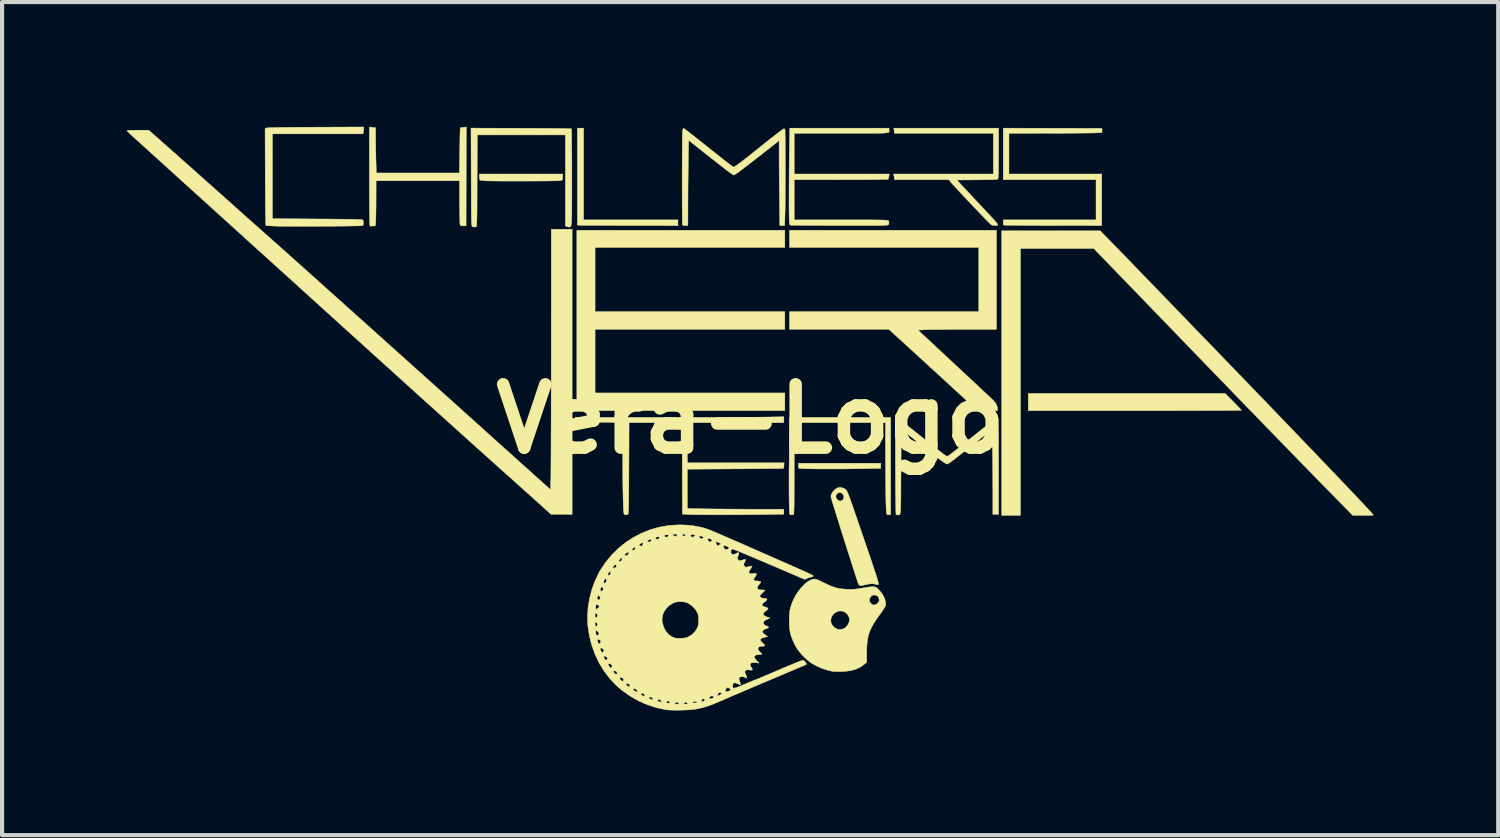
<source format=kicad_pcb>
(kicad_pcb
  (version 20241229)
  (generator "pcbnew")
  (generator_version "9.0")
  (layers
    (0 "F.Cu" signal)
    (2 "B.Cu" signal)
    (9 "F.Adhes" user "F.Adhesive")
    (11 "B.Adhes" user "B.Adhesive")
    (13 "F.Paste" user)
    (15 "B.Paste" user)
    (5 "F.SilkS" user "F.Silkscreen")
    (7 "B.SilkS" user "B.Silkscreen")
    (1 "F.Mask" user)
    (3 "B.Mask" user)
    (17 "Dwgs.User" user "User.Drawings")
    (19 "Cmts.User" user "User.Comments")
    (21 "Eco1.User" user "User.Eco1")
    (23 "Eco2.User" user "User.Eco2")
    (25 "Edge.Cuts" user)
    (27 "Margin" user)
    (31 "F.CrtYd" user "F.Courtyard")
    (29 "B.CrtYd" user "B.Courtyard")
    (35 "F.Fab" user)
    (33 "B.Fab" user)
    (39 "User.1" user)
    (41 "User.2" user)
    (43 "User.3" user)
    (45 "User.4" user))
  (footprint "Vera-Logo"
    (layer "F.Cu")
    (at 15.007 7.032)
    (property "Reference" "Vera-Logo" (at 0 0 0) (layer "F.SilkS") (effects (font (size 1.524 1.524) (thickness 0.3))))
    (attr through_hole)
    (fp_poly (pts (xy 0.828 -4.127) (xy -3.738 -4.127) (xy -3.738 -2.584) (xy 0.828 -2.584) (xy 0.828 -2.157) (xy -3.738 -2.157) (xy -3.738 -0.627) (xy 0.828 -0.627) (xy 0.828 -0.201) (xy -4.177 -0.201) (xy -4.177 -4.541) (xy 0.828 -4.541) (xy 0.828 -4.127)) (stroke (width 0.01) (type solid)) (fill yes) (layer "F.SilkS"))
    (fp_poly (pts (xy 3.136 1.188) (xy 2.675 1.196) (xy 2.546 1.198) (xy 2.41 1.199) (xy 2.27 1.201) (xy 2.128 1.201) (xy 1.987 1.202) (xy 1.85 1.202) (xy 1.719 1.201) (xy 1.598 1.201) (xy 1.49 1.2) (xy 1.396 1.198) (xy 1.32 1.196) (xy 1.265 1.194) (xy 1.242 1.193) (xy 1.16 1.185) (xy 1.153 1.066) (xy 3.136 1.066) (xy 3.136 1.188)) (stroke (width 0.01) (type solid)) (fill yes) (layer "F.SilkS"))
    (fp_poly (pts (xy -4.014 -4.792) (xy -1.744 -4.792) (xy -1.744 -4.654) (xy -2.913 -4.656) (xy -3.083 -4.656) (xy -3.247 -4.656) (xy -3.402 -4.657) (xy -3.547 -4.657) (xy -3.679 -4.658) (xy -3.798 -4.659) (xy -3.902 -4.659) (xy -3.988 -4.66) (xy -4.054 -4.661) (xy -4.1 -4.662) (xy -4.122 -4.662) (xy -4.124 -4.663) (xy -4.164 -4.668) (xy -4.164 -6.999) (xy -4.014 -6.999) (xy -4.014 -4.792)) (stroke (width 0.01) (type solid)) (fill yes) (layer "F.SilkS"))
    (fp_poly (pts (xy 11.619 -0.416) (xy 11.676 -0.358) (xy 11.726 -0.306) (xy 11.768 -0.263) (xy 11.798 -0.231) (xy 11.814 -0.212) (xy 11.816 -0.209) (xy 11.803 -0.208) (xy 11.767 -0.208) (xy 11.708 -0.207) (xy 11.628 -0.206) (xy 11.527 -0.205) (xy 11.406 -0.205) (xy 11.268 -0.204) (xy 11.113 -0.203) (xy 10.942 -0.203) (xy 10.757 -0.202) (xy 10.558 -0.202) (xy 10.348 -0.202) (xy 10.126 -0.201) (xy 9.894 -0.201) (xy 9.654 -0.201) (xy 9.406 -0.201) (xy 9.251 -0.201) (xy 6.686 -0.201) (xy 6.686 -0.615) (xy 11.422 -0.615) (xy 11.619 -0.416)) (stroke (width 0.01) (type solid)) (fill yes) (layer "F.SilkS"))
    (fp_poly (pts (xy -4.516 -5.827) (xy -4.517 -5.785) (xy -4.524 -5.761) (xy -4.538 -5.746) (xy -4.544 -5.743) (xy -4.556 -5.739) (xy -4.579 -5.736) (xy -4.616 -5.734) (xy -4.667 -5.732) (xy -4.735 -5.73) (xy -4.82 -5.729) (xy -4.925 -5.727) (xy -5.049 -5.726) (xy -5.196 -5.726) (xy -5.366 -5.725) (xy -5.4 -5.725) (xy -5.546 -5.725) (xy -5.688 -5.725) (xy -5.823 -5.725) (xy -5.949 -5.725) (xy -6.063 -5.726) (xy -6.163 -5.727) (xy -6.246 -5.728) (xy -6.31 -5.729) (xy -6.352 -5.73) (xy -6.359 -5.731) (xy -6.416 -5.735) (xy -6.463 -5.74) (xy -6.496 -5.745) (xy -6.507 -5.749) (xy -6.516 -5.767) (xy -6.522 -5.805) (xy -6.522 -5.827) (xy -6.522 -5.895) (xy -4.516 -5.895) (xy -4.516 -5.827)) (stroke (width 0.01) (type solid)) (fill yes) (layer "F.SilkS"))
    (fp_poly (pts (xy 7.272 -6.996) (xy 8.46 -6.993) (xy 8.46 -6.892) (xy 8.316 -6.885) (xy 8.28 -6.883) (xy 8.222 -6.882) (xy 8.143 -6.881) (xy 8.045 -6.88) (xy 7.932 -6.879) (xy 7.806 -6.878) (xy 7.668 -6.877) (xy 7.521 -6.876) (xy 7.367 -6.876) (xy 7.209 -6.875) (xy 7.197 -6.875) (xy 6.221 -6.874) (xy 6.221 -5.895) (xy 8.454 -5.895) (xy 8.454 -4.654) (xy 7.31 -4.656) (xy 7.141 -4.656) (xy 6.98 -4.656) (xy 6.827 -4.657) (xy 6.684 -4.657) (xy 6.553 -4.658) (xy 6.436 -4.659) (xy 6.335 -4.66) (xy 6.251 -4.66) (xy 6.187 -4.661) (xy 6.144 -4.662) (xy 6.125 -4.663) (xy 6.124 -4.663) (xy 6.1 -4.667) (xy 6.088 -4.677) (xy 6.084 -4.7) (xy 6.083 -4.73) (xy 6.083 -4.792) (xy 8.316 -4.792) (xy 8.316 -5.757) (xy 6.083 -5.757) (xy 6.083 -6.999) (xy 7.272 -6.996)) (stroke (width 0.01) (type solid)) (fill yes) (layer "F.SilkS"))
    (fp_poly (pts (xy -1.781 0.088) (xy -2.92 0.088) (xy -2.924 1.186) (xy -2.925 1.379) (xy -2.926 1.549) (xy -2.927 1.697) (xy -2.928 1.825) (xy -2.929 1.933) (xy -2.93 2.024) (xy -2.932 2.098) (xy -2.933 2.158) (xy -2.935 2.205) (xy -2.937 2.24) (xy -2.939 2.266) (xy -2.942 2.282) (xy -2.945 2.292) (xy -2.948 2.296) (xy -2.984 2.307) (xy -3.021 2.302) (xy -3.039 2.29) (xy -3.045 2.271) (xy -3.05 2.228) (xy -3.055 2.159) (xy -3.06 2.065) (xy -3.063 1.947) (xy -3.066 1.803) (xy -3.069 1.635) (xy -3.071 1.441) (xy -3.072 1.223) (xy -3.073 0.979) (xy -3.073 0.795) (xy -3.073 0.092) (xy -3.252 0.084) (xy -3.311 0.081) (xy -3.391 0.079) (xy -3.485 0.078) (xy -3.589 0.077) (xy -3.698 0.076) (xy -3.806 0.075) (xy -3.823 0.075) (xy -4.215 0.075) (xy -4.215 -0.038) (xy -1.781 -0.038) (xy -1.781 0.088)) (stroke (width 0.01) (type solid)) (fill yes) (layer "F.SilkS"))
    (fp_poly (pts (xy 3.374 2.295) (xy 3.341 2.303) (xy 3.32 2.308) (xy 3.303 2.308) (xy 3.291 2.302) (xy 3.281 2.287) (xy 3.274 2.26) (xy 3.269 2.218) (xy 3.266 2.16) (xy 3.263 2.082) (xy 3.26 1.982) (xy 3.26 1.955) (xy 3.258 1.88) (xy 3.257 1.784) (xy 3.255 1.669) (xy 3.254 1.54) (xy 3.253 1.4) (xy 3.252 1.253) (xy 3.251 1.103) (xy 3.251 0.952) (xy 3.25 0.856) (xy 3.249 0.088) (xy 1.054 0.088) (xy 1.054 1.19) (xy 1.054 1.383) (xy 1.053 1.552) (xy 1.053 1.699) (xy 1.053 1.826) (xy 1.052 1.933) (xy 1.052 2.024) (xy 1.051 2.098) (xy 1.05 2.158) (xy 1.048 2.204) (xy 1.046 2.24) (xy 1.044 2.266) (xy 1.042 2.283) (xy 1.039 2.294) (xy 1.036 2.299) (xy 1.034 2.3) (xy 0.998 2.308) (xy 0.965 2.304) (xy 0.945 2.292) (xy 0.941 2.274) (xy 0.938 2.232) (xy 0.935 2.168) (xy 0.933 2.083) (xy 0.931 1.979) (xy 0.93 1.857) (xy 0.929 1.718) (xy 0.929 1.564) (xy 0.929 1.396) (xy 0.93 1.217) (xy 0.932 1.026) (xy 0.934 0.826) (xy 0.935 0.743) (xy 0.944 -0.038) (xy 3.374 -0.038) (xy 3.374 2.295)) (stroke (width 0.01) (type solid)) (fill yes) (layer "F.SilkS"))
    (fp_poly (pts (xy 0.803 0.088) (xy -1.518 0.088) (xy -1.518 1.054) (xy 0.812 1.054) (xy 0.806 1.119) (xy 0.802 1.157) (xy 0.798 1.182) (xy 0.797 1.189) (xy 0.784 1.189) (xy 0.748 1.19) (xy 0.691 1.191) (xy 0.613 1.192) (xy 0.518 1.193) (xy 0.406 1.194) (xy 0.28 1.195) (xy 0.14 1.196) (xy -0.01 1.198) (xy -0.169 1.199) (xy -0.336 1.2) (xy -0.362 1.2) (xy -1.518 1.208) (xy -1.518 2.153) (xy -1.083 2.162) (xy -0.984 2.163) (xy -0.864 2.165) (xy -0.728 2.166) (xy -0.58 2.167) (xy -0.425 2.168) (xy -0.266 2.169) (xy -0.108 2.17) (xy 0.044 2.17) (xy 0.077 2.17) (xy 0.803 2.17) (xy 0.803 2.291) (xy 0.217 2.3) (xy 0.067 2.302) (xy -0.089 2.303) (xy -0.25 2.304) (xy -0.412 2.305) (xy -0.573 2.305) (xy -0.73 2.306) (xy -0.881 2.305) (xy -1.023 2.305) (xy -1.153 2.304) (xy -1.27 2.303) (xy -1.37 2.301) (xy -1.45 2.299) (xy -1.51 2.297) (xy -1.524 2.296) (xy -1.637 2.289) (xy -1.643 -0.038) (xy -0.874 -0.038) (xy -0.72 -0.038) (xy -0.559 -0.038) (xy -0.396 -0.039) (xy -0.235 -0.04) (xy -0.081 -0.041) (xy 0.063 -0.042) (xy 0.193 -0.044) (xy 0.304 -0.045) (xy 0.349 -0.046) (xy 0.803 -0.054) (xy 0.803 0.088)) (stroke (width 0.01) (type solid)) (fill yes) (layer "F.SilkS"))
    (fp_poly (pts (xy -9.122 -7.02) (xy -9.083 -7.014) (xy -9.049 -7.012) (xy -9.047 -7.012) (xy -9.019 -7.012) (xy -9.019 -6.769) (xy -9.018 -6.681) (xy -9.017 -6.575) (xy -9.015 -6.462) (xy -9.013 -6.347) (xy -9.011 -6.241) (xy -9.01 -6.223) (xy -9.002 -5.92) (xy -7.003 -5.92) (xy -6.995 -6.462) (xy -6.993 -6.576) (xy -6.991 -6.682) (xy -6.99 -6.777) (xy -6.988 -6.859) (xy -6.986 -6.925) (xy -6.985 -6.973) (xy -6.984 -7.001) (xy -6.984 -7.006) (xy -6.97 -7.009) (xy -6.94 -7.013) (xy -6.908 -7.017) (xy -6.836 -7.026) (xy -6.839 -5.837) (xy -6.842 -4.647) (xy -6.911 -4.647) (xy -6.951 -4.648) (xy -6.972 -4.653) (xy -6.983 -4.665) (xy -6.988 -4.685) (xy -6.99 -4.705) (xy -6.992 -4.748) (xy -6.993 -4.81) (xy -6.995 -4.888) (xy -6.996 -4.98) (xy -6.997 -5.082) (xy -6.998 -5.192) (xy -6.998 -5.227) (xy -6.999 -5.732) (xy -9.006 -5.732) (xy -9.008 -5.284) (xy -9.008 -5.176) (xy -9.009 -5.071) (xy -9.011 -4.974) (xy -9.012 -4.889) (xy -9.014 -4.819) (xy -9.016 -4.767) (xy -9.017 -4.741) (xy -9.025 -4.647) (xy -9.089 -4.644) (xy -9.153 -4.64) (xy -9.161 -4.706) (xy -9.162 -4.728) (xy -9.163 -4.774) (xy -9.164 -4.841) (xy -9.165 -4.927) (xy -9.166 -5.03) (xy -9.167 -5.149) (xy -9.168 -5.282) (xy -9.168 -5.426) (xy -9.169 -5.58) (xy -9.169 -5.742) (xy -9.169 -5.9) (xy -9.169 -7.027) (xy -9.122 -7.02)) (stroke (width 0.01) (type solid)) (fill yes) (layer "F.SilkS"))
    (fp_poly (pts (xy 5.971 -6.399) (xy 5.97 -6.253) (xy 5.97 -6.13) (xy 5.969 -6.028) (xy 5.968 -5.946) (xy 5.966 -5.883) (xy 5.964 -5.836) (xy 5.961 -5.804) (xy 5.958 -5.785) (xy 5.955 -5.779) (xy 5.949 -5.773) (xy 5.939 -5.769) (xy 5.921 -5.765) (xy 5.895 -5.762) (xy 5.856 -5.76) (xy 5.804 -5.758) (xy 5.735 -5.757) (xy 5.648 -5.756) (xy 5.539 -5.755) (xy 5.452 -5.754) (xy 4.966 -5.751) (xy 5.276 -5.419) (xy 5.357 -5.331) (xy 5.443 -5.24) (xy 5.528 -5.149) (xy 5.61 -5.062) (xy 5.684 -4.983) (xy 5.747 -4.917) (xy 5.773 -4.889) (xy 5.844 -4.812) (xy 5.898 -4.752) (xy 5.934 -4.708) (xy 5.952 -4.681) (xy 5.953 -4.672) (xy 5.937 -4.66) (xy 5.904 -4.654) (xy 5.863 -4.655) (xy 5.822 -4.663) (xy 5.791 -4.676) (xy 5.777 -4.688) (xy 5.748 -4.717) (xy 5.705 -4.76) (xy 5.651 -4.816) (xy 5.588 -4.881) (xy 5.517 -4.954) (xy 5.442 -5.034) (xy 5.363 -5.117) (xy 5.282 -5.202) (xy 5.202 -5.287) (xy 5.124 -5.369) (xy 5.051 -5.447) (xy 4.985 -5.519) (xy 4.927 -5.582) (xy 4.879 -5.634) (xy 4.843 -5.674) (xy 4.834 -5.685) (xy 4.773 -5.757) (xy 4.117 -5.757) (xy 3.462 -5.757) (xy 3.462 -5.787) (xy 3.459 -5.822) (xy 3.454 -5.856) (xy 3.446 -5.895) (xy 5.845 -5.895) (xy 5.845 -6.874) (xy 3.462 -6.874) (xy 3.462 -6.908) (xy 3.459 -6.946) (xy 3.454 -6.971) (xy 3.446 -6.999) (xy 5.971 -6.999) (xy 5.971 -6.399)) (stroke (width 0.01) (type solid)) (fill yes) (layer "F.SilkS"))
    (fp_poly (pts (xy 5.92 -2.157) (xy 5.146 -2.156) (xy 5.003 -2.156) (xy 4.863 -2.155) (xy 4.729 -2.154) (xy 4.603 -2.153) (xy 4.488 -2.152) (xy 4.388 -2.151) (xy 4.305 -2.149) (xy 4.241 -2.148) (xy 4.203 -2.147) (xy 4.034 -2.139) (xy 4.573 -1.636) (xy 4.75 -1.471) (xy 4.911 -1.321) (xy 5.054 -1.187) (xy 5.182 -1.068) (xy 5.296 -0.962) (xy 5.396 -0.869) (xy 5.483 -0.788) (xy 5.558 -0.717) (xy 5.622 -0.657) (xy 5.676 -0.606) (xy 5.722 -0.564) (xy 5.759 -0.529) (xy 5.789 -0.501) (xy 5.812 -0.478) (xy 5.831 -0.46) (xy 5.845 -0.447) (xy 5.855 -0.436) (xy 5.863 -0.428) (xy 5.866 -0.425) (xy 5.912 -0.363) (xy 5.939 -0.296) (xy 5.945 -0.245) (xy 5.945 -0.201) (xy 5.797 -0.201) (xy 5.732 -0.2) (xy 5.671 -0.199) (xy 5.621 -0.197) (xy 5.593 -0.195) (xy 5.549 -0.194) (xy 5.508 -0.199) (xy 5.5 -0.201) (xy 5.488 -0.206) (xy 5.475 -0.212) (xy 5.458 -0.223) (xy 5.437 -0.239) (xy 5.41 -0.26) (xy 5.375 -0.29) (xy 5.331 -0.328) (xy 5.277 -0.376) (xy 5.212 -0.436) (xy 5.133 -0.508) (xy 5.039 -0.594) (xy 4.929 -0.695) (xy 4.867 -0.752) (xy 4.767 -0.844) (xy 4.653 -0.949) (xy 4.528 -1.064) (xy 4.396 -1.184) (xy 4.262 -1.307) (xy 4.129 -1.429) (xy 4.002 -1.546) (xy 3.883 -1.654) (xy 3.877 -1.66) (xy 3.333 -2.157) (xy 0.941 -2.157) (xy 0.941 -2.584) (xy 5.494 -2.584) (xy 5.494 -4.127) (xy 0.941 -4.127) (xy 0.941 -4.541) (xy 5.92 -4.541) (xy 5.92 -2.157)) (stroke (width 0.01) (type solid)) (fill yes) (layer "F.SilkS"))
    (fp_poly (pts (xy 8.665 -4.274) (xy 8.732 -4.206) (xy 8.81 -4.125) (xy 8.9 -4.032) (xy 9.003 -3.927) (xy 9.118 -3.808) (xy 9.247 -3.675) (xy 9.388 -3.529) (xy 9.544 -3.368) (xy 9.714 -3.193) (xy 9.898 -3.002) (xy 10.098 -2.795) (xy 10.313 -2.572) (xy 10.544 -2.333) (xy 10.791 -2.077) (xy 11.055 -1.804) (xy 11.302 -1.549) (xy 11.602 -1.238) (xy 11.891 -0.938) (xy 12.17 -0.649) (xy 12.438 -0.371) (xy 12.694 -0.104) (xy 12.939 0.15) (xy 13.172 0.393) (xy 13.392 0.622) (xy 13.6 0.839) (xy 13.795 1.042) (xy 13.976 1.231) (xy 14.143 1.407) (xy 14.297 1.568) (xy 14.436 1.714) (xy 14.56 1.845) (xy 14.669 1.961) (xy 14.763 2.06) (xy 14.841 2.144) (xy 14.903 2.211) (xy 14.948 2.261) (xy 14.977 2.294) (xy 14.989 2.31) (xy 14.989 2.311) (xy 14.977 2.314) (xy 14.944 2.316) (xy 14.893 2.318) (xy 14.829 2.32) (xy 14.754 2.32) (xy 14.741 2.32) (xy 14.494 2.32) (xy 14.054 1.872) (xy 13.818 1.632) (xy 13.566 1.373) (xy 13.297 1.098) (xy 13.012 0.805) (xy 12.711 0.495) (xy 12.394 0.169) (xy 12.062 -0.173) (xy 11.715 -0.53) (xy 11.354 -0.904) (xy 10.978 -1.292) (xy 10.589 -1.695) (xy 10.186 -2.112) (xy 9.784 -2.528) (xy 9.669 -2.647) (xy 9.541 -2.779) (xy 9.406 -2.919) (xy 9.267 -3.063) (xy 9.128 -3.206) (xy 8.995 -3.345) (xy 8.87 -3.473) (xy 8.763 -3.584) (xy 8.262 -4.102) (xy 6.497 -4.102) (xy 6.497 2.32) (xy 6.046 2.32) (xy 6.046 -4.528) (xy 8.417 -4.528) (xy 8.665 -4.274)) (stroke (width 0.01) (type solid)) (fill yes) (layer "F.SilkS"))
    (fp_poly (pts (xy -5.52 -6.996) (xy -5.349 -6.996) (xy -5.184 -6.995) (xy -5.028 -6.994) (xy -4.883 -6.993) (xy -4.751 -6.992) (xy -4.632 -6.991) (xy -4.529 -6.989) (xy -4.443 -6.988) (xy -4.377 -6.986) (xy -4.332 -6.985) (xy -4.309 -6.984) (xy -4.307 -6.983) (xy -4.306 -6.969) (xy -4.304 -6.932) (xy -4.303 -6.874) (xy -4.302 -6.796) (xy -4.301 -6.7) (xy -4.3 -6.587) (xy -4.299 -6.461) (xy -4.298 -6.322) (xy -4.297 -6.172) (xy -4.297 -6.013) (xy -4.297 -5.848) (xy -4.297 -5.644) (xy -4.297 -5.465) (xy -4.297 -5.307) (xy -4.298 -5.171) (xy -4.298 -5.054) (xy -4.299 -4.955) (xy -4.301 -4.874) (xy -4.302 -4.808) (xy -4.304 -4.756) (xy -4.306 -4.717) (xy -4.309 -4.69) (xy -4.311 -4.672) (xy -4.312 -4.669) (xy -4.326 -4.634) (xy -4.345 -4.618) (xy -4.375 -4.618) (xy -4.413 -4.63) (xy -4.453 -4.643) (xy -4.453 -6.836) (xy -6.572 -6.836) (xy -6.576 -5.738) (xy -6.576 -5.545) (xy -6.577 -5.375) (xy -6.578 -5.227) (xy -6.578 -5.1) (xy -6.579 -4.992) (xy -6.58 -4.902) (xy -6.582 -4.827) (xy -6.583 -4.767) (xy -6.585 -4.72) (xy -6.587 -4.685) (xy -6.589 -4.66) (xy -6.591 -4.643) (xy -6.594 -4.633) (xy -6.598 -4.628) (xy -6.598 -4.628) (xy -6.637 -4.617) (xy -6.679 -4.626) (xy -6.693 -4.634) (xy -6.697 -4.637) (xy -6.7 -4.643) (xy -6.703 -4.651) (xy -6.706 -4.665) (xy -6.709 -4.684) (xy -6.711 -4.712) (xy -6.712 -4.749) (xy -6.714 -4.797) (xy -6.715 -4.857) (xy -6.716 -4.932) (xy -6.717 -5.021) (xy -6.718 -5.128) (xy -6.718 -5.253) (xy -6.719 -5.398) (xy -6.719 -5.565) (xy -6.72 -5.755) (xy -6.72 -5.826) (xy -6.724 -7) (xy -5.52 -6.996)) (stroke (width 0.01) (type solid)) (fill yes) (layer "F.SilkS"))
    (fp_poly (pts (xy -9.307 -6.972) (xy -9.309 -6.931) (xy -9.313 -6.896) (xy -9.315 -6.889) (xy -9.323 -6.861) (xy -11.502 -6.861) (xy -11.502 -4.821) (xy -10.421 -4.813) (xy -10.231 -4.812) (xy -10.064 -4.81) (xy -9.92 -4.809) (xy -9.796 -4.808) (xy -9.691 -4.807) (xy -9.602 -4.806) (xy -9.53 -4.804) (xy -9.472 -4.803) (xy -9.425 -4.801) (xy -9.39 -4.799) (xy -9.365 -4.797) (xy -9.346 -4.794) (xy -9.335 -4.791) (xy -9.327 -4.788) (xy -9.323 -4.784) (xy -9.322 -4.783) (xy -9.313 -4.756) (xy -9.311 -4.718) (xy -9.316 -4.68) (xy -9.327 -4.654) (xy -9.328 -4.653) (xy -9.342 -4.651) (xy -9.379 -4.649) (xy -9.437 -4.647) (xy -9.513 -4.646) (xy -9.605 -4.644) (xy -9.71 -4.642) (xy -9.828 -4.641) (xy -9.954 -4.64) (xy -10.088 -4.638) (xy -10.227 -4.637) (xy -10.368 -4.637) (xy -10.509 -4.636) (xy -10.648 -4.636) (xy -10.783 -4.635) (xy -10.912 -4.636) (xy -11.032 -4.636) (xy -11.141 -4.636) (xy -11.236 -4.637) (xy -11.316 -4.638) (xy -11.366 -4.64) (xy -11.448 -4.642) (xy -11.522 -4.645) (xy -11.584 -4.649) (xy -11.63 -4.653) (xy -11.656 -4.656) (xy -11.661 -4.658) (xy -11.663 -4.672) (xy -11.664 -4.709) (xy -11.666 -4.767) (xy -11.667 -4.846) (xy -11.669 -4.942) (xy -11.67 -5.055) (xy -11.671 -5.182) (xy -11.672 -5.322) (xy -11.673 -5.473) (xy -11.674 -5.633) (xy -11.675 -5.8) (xy -11.675 -5.827) (xy -11.679 -6.985) (xy -11.65 -7.001) (xy -11.639 -7.004) (xy -11.617 -7.006) (xy -11.582 -7.009) (xy -11.533 -7.011) (xy -11.469 -7.012) (xy -11.389 -7.014) (xy -11.291 -7.016) (xy -11.175 -7.017) (xy -11.038 -7.018) (xy -10.88 -7.02) (xy -10.7 -7.021) (xy -10.496 -7.022) (xy -10.464 -7.022) (xy -9.307 -7.027) (xy -9.307 -6.972)) (stroke (width 0.01) (type solid)) (fill yes) (layer "F.SilkS"))
    (fp_poly (pts (xy 2.233 1.664) (xy 2.239 1.667) (xy 2.253 1.673) (xy 2.265 1.677) (xy 2.276 1.682) (xy 2.287 1.689) (xy 2.297 1.699) (xy 2.308 1.713) (xy 2.32 1.733) (xy 2.333 1.76) (xy 2.349 1.796) (xy 2.367 1.842) (xy 2.389 1.899) (xy 2.414 1.969) (xy 2.444 2.053) (xy 2.479 2.153) (xy 2.519 2.27) (xy 2.566 2.405) (xy 2.619 2.56) (xy 2.679 2.736) (xy 2.734 2.897) (xy 2.799 3.088) (xy 2.857 3.256) (xy 2.907 3.403) (xy 2.949 3.53) (xy 2.985 3.639) (xy 3.015 3.73) (xy 3.039 3.805) (xy 3.057 3.865) (xy 3.07 3.911) (xy 3.079 3.945) (xy 3.083 3.968) (xy 3.084 3.98) (xy 3.082 3.984) (xy 3.066 3.986) (xy 3.035 3.982) (xy 3.018 3.978) (xy 2.964 3.967) (xy 2.913 3.965) (xy 2.854 3.971) (xy 2.791 3.983) (xy 2.742 3.994) (xy 2.698 4.003) (xy 2.671 4.009) (xy 2.634 4.007) (xy 2.618 3.996) (xy 2.603 3.973) (xy 2.586 3.936) (xy 2.579 3.917) (xy 2.528 3.759) (xy 2.476 3.596) (xy 2.423 3.43) (xy 2.37 3.263) (xy 2.317 3.098) (xy 2.265 2.935) (xy 2.215 2.777) (xy 2.167 2.625) (xy 2.123 2.483) (xy 2.081 2.35) (xy 2.044 2.23) (xy 2.011 2.124) (xy 1.983 2.035) (xy 1.962 1.963) (xy 1.946 1.911) (xy 1.938 1.881) (xy 1.938 1.88) (xy 1.938 1.873) (xy 2.056 1.873) (xy 2.068 1.911) (xy 2.092 1.943) (xy 2.125 1.966) (xy 2.163 1.974) (xy 2.203 1.963) (xy 2.218 1.953) (xy 2.244 1.917) (xy 2.249 1.872) (xy 2.24 1.838) (xy 2.212 1.795) (xy 2.174 1.772) (xy 2.132 1.771) (xy 2.091 1.791) (xy 2.086 1.796) (xy 2.061 1.833) (xy 2.056 1.873) (xy 1.938 1.873) (xy 1.939 1.837) (xy 1.959 1.787) (xy 1.994 1.737) (xy 2.042 1.691) (xy 2.062 1.676) (xy 2.116 1.65) (xy 2.172 1.646) (xy 2.233 1.664)) (stroke (width 0.01) (type solid)) (fill yes) (layer "F.SilkS"))
    (fp_poly (pts (xy 3.336 -6.956) (xy 3.337 -6.942) (xy 3.338 -6.93) (xy 3.339 -6.919) (xy 3.336 -6.91) (xy 3.33 -6.902) (xy 3.318 -6.895) (xy 3.299 -6.889) (xy 3.272 -6.885) (xy 3.235 -6.881) (xy 3.186 -6.878) (xy 3.124 -6.876) (xy 3.048 -6.875) (xy 2.956 -6.874) (xy 2.846 -6.874) (xy 2.717 -6.874) (xy 2.568 -6.874) (xy 2.397 -6.874) (xy 2.202 -6.874) (xy 1.054 -6.874) (xy 1.054 -5.895) (xy 3.34 -5.895) (xy 3.333 -5.837) (xy 3.326 -5.8) (xy 3.315 -5.774) (xy 3.31 -5.769) (xy 3.295 -5.767) (xy 3.257 -5.765) (xy 3.197 -5.764) (xy 3.118 -5.763) (xy 3.021 -5.761) (xy 2.908 -5.76) (xy 2.781 -5.759) (xy 2.641 -5.759) (xy 2.491 -5.758) (xy 2.332 -5.758) (xy 2.173 -5.758) (xy 1.054 -5.757) (xy 1.054 -4.792) (xy 2.182 -4.792) (xy 2.376 -4.791) (xy 2.546 -4.791) (xy 2.695 -4.791) (xy 2.822 -4.791) (xy 2.931 -4.791) (xy 3.023 -4.79) (xy 3.099 -4.789) (xy 3.16 -4.788) (xy 3.209 -4.787) (xy 3.247 -4.785) (xy 3.274 -4.783) (xy 3.294 -4.781) (xy 3.308 -4.778) (xy 3.316 -4.775) (xy 3.321 -4.772) (xy 3.323 -4.767) (xy 3.324 -4.767) (xy 3.336 -4.724) (xy 3.327 -4.686) (xy 3.317 -4.673) (xy 3.311 -4.67) (xy 3.302 -4.667) (xy 3.286 -4.664) (xy 3.263 -4.662) (xy 3.231 -4.66) (xy 3.189 -4.659) (xy 3.135 -4.657) (xy 3.067 -4.656) (xy 2.984 -4.656) (xy 2.885 -4.655) (xy 2.767 -4.655) (xy 2.63 -4.655) (xy 2.472 -4.655) (xy 2.292 -4.655) (xy 2.16 -4.656) (xy 1.992 -4.656) (xy 1.831 -4.656) (xy 1.679 -4.657) (xy 1.536 -4.657) (xy 1.406 -4.658) (xy 1.29 -4.659) (xy 1.19 -4.659) (xy 1.107 -4.66) (xy 1.044 -4.661) (xy 1.002 -4.662) (xy 0.983 -4.662) (xy 0.983 -4.662) (xy 0.96 -4.667) (xy 0.947 -4.678) (xy 0.94 -4.703) (xy 0.936 -4.733) (xy 0.934 -4.764) (xy 0.932 -4.818) (xy 0.931 -4.893) (xy 0.93 -4.987) (xy 0.929 -5.098) (xy 0.929 -5.223) (xy 0.929 -5.36) (xy 0.929 -5.508) (xy 0.93 -5.664) (xy 0.931 -5.826) (xy 0.932 -5.992) (xy 0.933 -6.16) (xy 0.935 -6.328) (xy 0.937 -6.406) (xy 0.945 -6.999) (xy 3.336 -6.999) (xy 3.336 -6.956)) (stroke (width 0.01) (type solid)) (fill yes) (layer "F.SilkS"))
    (fp_poly (pts (xy 1.574 3.855) (xy 1.616 3.869) (xy 1.674 3.894) (xy 1.749 3.931) (xy 1.778 3.945) (xy 1.88 3.995) (xy 1.969 4.032) (xy 2.051 4.059) (xy 2.132 4.078) (xy 2.221 4.089) (xy 2.318 4.096) (xy 2.377 4.099) (xy 2.428 4.099) (xy 2.476 4.098) (xy 2.527 4.093) (xy 2.588 4.085) (xy 2.664 4.073) (xy 2.719 4.064) (xy 2.809 4.049) (xy 2.878 4.039) (xy 2.931 4.034) (xy 2.971 4.035) (xy 3.003 4.042) (xy 3.03 4.057) (xy 3.057 4.078) (xy 3.088 4.108) (xy 3.096 4.117) (xy 3.153 4.184) (xy 3.2 4.258) (xy 3.233 4.333) (xy 3.252 4.404) (xy 3.255 4.468) (xy 3.249 4.497) (xy 3.236 4.522) (xy 3.212 4.563) (xy 3.178 4.614) (xy 3.138 4.67) (xy 3.121 4.694) (xy 3.035 4.814) (xy 2.965 4.922) (xy 2.91 5.021) (xy 2.868 5.117) (xy 2.837 5.215) (xy 2.817 5.318) (xy 2.804 5.432) (xy 2.798 5.562) (xy 2.797 5.658) (xy 2.797 5.854) (xy 2.737 5.904) (xy 2.648 5.968) (xy 2.548 6.016) (xy 2.435 6.05) (xy 2.306 6.07) (xy 2.189 6.077) (xy 2.124 6.078) (xy 2.065 6.078) (xy 2.018 6.077) (xy 1.989 6.076) (xy 1.988 6.075) (xy 1.858 6.046) (xy 1.724 6.002) (xy 1.595 5.945) (xy 1.478 5.88) (xy 1.438 5.853) (xy 1.371 5.8) (xy 1.299 5.733) (xy 1.229 5.661) (xy 1.169 5.59) (xy 1.136 5.547) (xy 1.077 5.447) (xy 1.023 5.334) (xy 0.979 5.219) (xy 0.964 5.168) (xy 0.95 5.096) (xy 0.94 5.007) (xy 0.935 4.907) (xy 0.935 4.839) (xy 1.933 4.839) (xy 1.941 4.904) (xy 1.971 4.964) (xy 2.02 5.016) (xy 2.057 5.039) (xy 2.101 5.059) (xy 2.14 5.065) (xy 2.176 5.062) (xy 2.22 5.054) (xy 2.258 5.039) (xy 2.269 5.032) (xy 2.328 4.977) (xy 2.365 4.914) (xy 2.382 4.847) (xy 2.376 4.781) (xy 2.348 4.719) (xy 2.329 4.695) (xy 2.273 4.647) (xy 2.209 4.622) (xy 2.142 4.619) (xy 2.076 4.638) (xy 2.015 4.679) (xy 1.984 4.711) (xy 1.947 4.773) (xy 1.933 4.839) (xy 0.935 4.839) (xy 0.934 4.805) (xy 0.938 4.707) (xy 0.946 4.62) (xy 0.957 4.561) (xy 0.992 4.45) (xy 1.021 4.38) (xy 2.864 4.38) (xy 2.885 4.425) (xy 2.92 4.456) (xy 2.964 4.475) (xy 3.004 4.471) (xy 3.046 4.446) (xy 3.054 4.439) (xy 3.083 4.409) (xy 3.096 4.379) (xy 3.098 4.354) (xy 3.088 4.3) (xy 3.059 4.261) (xy 3.018 4.24) (xy 2.966 4.234) (xy 2.92 4.252) (xy 2.887 4.284) (xy 2.864 4.331) (xy 2.864 4.38) (xy 1.021 4.38) (xy 1.038 4.341) (xy 1.094 4.236) (xy 1.158 4.139) (xy 1.228 4.052) (xy 1.3 3.977) (xy 1.374 3.917) (xy 1.447 3.875) (xy 1.517 3.853) (xy 1.546 3.851) (xy 1.574 3.855)) (stroke (width 0.01) (type solid)) (fill yes) (layer "F.SilkS"))
    (fp_poly (pts (xy -1.601 -6.991) (xy -1.571 -6.969) (xy -1.525 -6.935) (xy -1.466 -6.889) (xy -1.395 -6.833) (xy -1.313 -6.77) (xy -1.224 -6.699) (xy -1.129 -6.623) (xy -1.11 -6.609) (xy -0.97 -6.497) (xy -0.848 -6.4) (xy -0.744 -6.318) (xy -0.656 -6.248) (xy -0.583 -6.191) (xy -0.524 -6.146) (xy -0.478 -6.111) (xy -0.443 -6.086) (xy -0.42 -6.07) (xy -0.406 -6.062) (xy -0.405 -6.062) (xy -0.389 -6.068) (xy -0.355 -6.089) (xy -0.301 -6.127) (xy -0.229 -6.18) (xy -0.14 -6.249) (xy -0.032 -6.333) (xy 0.093 -6.432) (xy 0.236 -6.546) (xy 0.267 -6.572) (xy 0.402 -6.679) (xy 0.517 -6.771) (xy 0.613 -6.846) (xy 0.69 -6.905) (xy 0.749 -6.948) (xy 0.788 -6.975) (xy 0.809 -6.986) (xy 0.81 -6.987) (xy 0.825 -6.976) (xy 0.832 -6.958) (xy 0.834 -6.94) (xy 0.835 -6.9) (xy 0.836 -6.838) (xy 0.837 -6.759) (xy 0.838 -6.664) (xy 0.839 -6.555) (xy 0.839 -6.435) (xy 0.84 -6.306) (xy 0.84 -6.171) (xy 0.84 -6.031) (xy 0.84 -5.889) (xy 0.84 -5.748) (xy 0.839 -5.609) (xy 0.839 -5.476) (xy 0.838 -5.349) (xy 0.837 -5.232) (xy 0.836 -5.127) (xy 0.835 -5.037) (xy 0.833 -4.963) (xy 0.832 -4.919) (xy 0.824 -4.654) (xy 0.707 -4.654) (xy 0.698 -5.314) (xy 0.697 -5.456) (xy 0.695 -5.603) (xy 0.694 -5.751) (xy 0.692 -5.894) (xy 0.691 -6.03) (xy 0.69 -6.153) (xy 0.69 -6.26) (xy 0.69 -6.338) (xy 0.69 -6.701) (xy 0.637 -6.658) (xy 0.596 -6.625) (xy 0.541 -6.582) (xy 0.474 -6.528) (xy 0.396 -6.468) (xy 0.312 -6.402) (xy 0.224 -6.333) (xy 0.135 -6.264) (xy 0.047 -6.196) (xy -0.036 -6.131) (xy -0.112 -6.072) (xy -0.178 -6.022) (xy -0.232 -5.981) (xy -0.27 -5.952) (xy -0.282 -5.943) (xy -0.327 -5.912) (xy -0.365 -5.888) (xy -0.392 -5.873) (xy -0.401 -5.87) (xy -0.41 -5.873) (xy -0.427 -5.883) (xy -0.453 -5.9) (xy -0.489 -5.926) (xy -0.536 -5.961) (xy -0.596 -6.006) (xy -0.669 -6.062) (xy -0.757 -6.131) (xy -0.862 -6.213) (xy -0.984 -6.309) (xy -1.091 -6.394) (xy -1.486 -6.706) (xy -1.494 -6.229) (xy -1.496 -6.103) (xy -1.498 -5.959) (xy -1.499 -5.803) (xy -1.501 -5.641) (xy -1.502 -5.481) (xy -1.503 -5.328) (xy -1.503 -5.202) (xy -1.505 -4.654) (xy -1.567 -4.654) (xy -1.609 -4.656) (xy -1.631 -4.666) (xy -1.636 -4.673) (xy -1.637 -4.689) (xy -1.638 -4.728) (xy -1.639 -4.787) (xy -1.64 -4.865) (xy -1.641 -4.959) (xy -1.642 -5.067) (xy -1.642 -5.187) (xy -1.642 -5.316) (xy -1.643 -5.453) (xy -1.643 -5.595) (xy -1.643 -5.74) (xy -1.643 -5.885) (xy -1.643 -6.029) (xy -1.642 -6.17) (xy -1.642 -6.304) (xy -1.641 -6.431) (xy -1.64 -6.547) (xy -1.64 -6.65) (xy -1.639 -6.739) (xy -1.638 -6.811) (xy -1.636 -6.863) (xy -1.635 -6.894) (xy -1.635 -6.896) (xy -1.629 -6.948) (xy -1.622 -6.984) (xy -1.614 -6.999) (xy -1.613 -6.999) (xy -1.601 -6.991)) (stroke (width 0.01) (type solid)) (fill yes) (layer "F.SilkS"))
    (fp_poly (pts (xy -14.254 -6.752) (xy -14.198 -6.702) (xy -14.125 -6.638) (xy -14.037 -6.56) (xy -13.936 -6.471) (xy -13.824 -6.372) (xy -13.703 -6.264) (xy -13.575 -6.15) (xy -13.442 -6.032) (xy -13.305 -5.91) (xy -13.167 -5.787) (xy -13.029 -5.664) (xy -12.894 -5.544) (xy -12.763 -5.427) (xy -12.638 -5.316) (xy -12.522 -5.212) (xy -12.415 -5.117) (xy -12.321 -5.032) (xy -12.311 -5.023) (xy -12.22 -4.942) (xy -12.124 -4.856) (xy -12.028 -4.77) (xy -11.935 -4.688) (xy -11.85 -4.613) (xy -11.778 -4.548) (xy -11.74 -4.516) (xy -11.67 -4.453) (xy -11.586 -4.379) (xy -11.494 -4.297) (xy -11.399 -4.213) (xy -11.307 -4.131) (xy -11.239 -4.07) (xy -10.7 -3.588) (xy -10.146 -3.091) (xy -9.577 -2.581) (xy -8.996 -2.06) (xy -8.407 -1.531) (xy -7.81 -0.995) (xy -7.208 -0.455) (xy -6.604 0.088) (xy -6.04 0.596) (xy -5.909 0.713) (xy -5.781 0.828) (xy -5.656 0.94) (xy -5.537 1.048) (xy -5.424 1.149) (xy -5.32 1.242) (xy -5.227 1.326) (xy -5.146 1.399) (xy -5.078 1.46) (xy -5.025 1.507) (xy -4.992 1.537) (xy -4.81 1.7) (xy -4.803 1.436) (xy -4.802 1.399) (xy -4.801 1.338) (xy -4.801 1.254) (xy -4.8 1.149) (xy -4.799 1.024) (xy -4.798 0.88) (xy -4.798 0.718) (xy -4.797 0.54) (xy -4.797 0.347) (xy -4.796 0.14) (xy -4.795 -0.079) (xy -4.795 -0.31) (xy -4.795 -0.551) (xy -4.794 -0.8) (xy -4.794 -1.058) (xy -4.794 -1.321) (xy -4.793 -1.59) (xy -4.793 -1.696) (xy -4.792 -4.566) (xy -4.29 -4.566) (xy -4.29 2.295) (xy -4.798 2.294) (xy -4.923 2.18) (xy -4.957 2.15) (xy -5.006 2.105) (xy -5.07 2.047) (xy -5.146 1.979) (xy -5.232 1.902) (xy -5.325 1.818) (xy -5.424 1.73) (xy -5.525 1.639) (xy -5.575 1.594) (xy -5.853 1.345) (xy -6.115 1.11) (xy -6.363 0.888) (xy -6.599 0.676) (xy -6.826 0.472) (xy -7.046 0.274) (xy -7.261 0.08) (xy -7.474 -0.112) (xy -7.687 -0.304) (xy -7.903 -0.498) (xy -8.123 -0.697) (xy -8.35 -0.902) (xy -8.586 -1.116) (xy -8.666 -1.189) (xy -8.762 -1.275) (xy -8.873 -1.375) (xy -8.996 -1.487) (xy -9.133 -1.611) (xy -9.281 -1.745) (xy -9.44 -1.889) (xy -9.609 -2.042) (xy -9.787 -2.203) (xy -9.973 -2.372) (xy -10.167 -2.547) (xy -10.367 -2.728) (xy -10.572 -2.914) (xy -10.782 -3.104) (xy -10.995 -3.298) (xy -11.212 -3.494) (xy -11.43 -3.691) (xy -11.649 -3.89) (xy -11.869 -4.088) (xy -12.087 -4.286) (xy -12.304 -4.483) (xy -12.518 -4.677) (xy -12.729 -4.868) (xy -12.935 -5.054) (xy -13.136 -5.237) (xy -13.331 -5.413) (xy -13.519 -5.583) (xy -13.699 -5.746) (xy -13.87 -5.901) (xy -14.031 -6.047) (xy -14.181 -6.184) (xy -14.321 -6.31) (xy -14.447 -6.424) (xy -14.56 -6.527) (xy -14.659 -6.617) (xy -14.743 -6.693) (xy -14.811 -6.754) (xy -14.862 -6.801) (xy -14.892 -6.828) (xy -14.935 -6.867) (xy -14.97 -6.902) (xy -14.993 -6.926) (xy -15.002 -6.938) (xy -14.99 -6.941) (xy -14.956 -6.944) (xy -14.905 -6.947) (xy -14.84 -6.948) (xy -14.765 -6.949) (xy -14.74 -6.949) (xy -14.479 -6.949) (xy -14.254 -6.752)) (stroke (width 0.01) (type solid)) (fill yes) (layer "F.SilkS"))
    (fp_poly (pts (xy 3.625 0.039) (xy 3.66 0.067) (xy 3.712 0.108) (xy 3.778 0.16) (xy 3.856 0.222) (xy 3.943 0.291) (xy 4.036 0.365) (xy 4.133 0.442) (xy 4.202 0.497) (xy 4.296 0.572) (xy 4.386 0.643) (xy 4.468 0.707) (xy 4.541 0.764) (xy 4.603 0.812) (xy 4.652 0.849) (xy 4.685 0.873) (xy 4.699 0.882) (xy 4.72 0.892) (xy 4.737 0.894) (xy 4.756 0.888) (xy 4.783 0.87) (xy 4.819 0.844) (xy 4.862 0.812) (xy 4.917 0.769) (xy 4.975 0.723) (xy 5.017 0.69) (xy 5.079 0.64) (xy 5.152 0.582) (xy 5.232 0.518) (xy 5.317 0.45) (xy 5.404 0.381) (xy 5.492 0.311) (xy 5.576 0.244) (xy 5.656 0.181) (xy 5.727 0.125) (xy 5.787 0.077) (xy 5.835 0.039) (xy 5.866 0.015) (xy 5.874 0.008) (xy 5.909 -0.016) (xy 5.939 -0.033) (xy 5.953 -0.038) (xy 5.956 -0.035) (xy 5.958 -0.026) (xy 5.961 -0.009) (xy 5.963 0.017) (xy 5.965 0.054) (xy 5.966 0.103) (xy 5.967 0.166) (xy 5.968 0.243) (xy 5.969 0.337) (xy 5.97 0.449) (xy 5.97 0.58) (xy 5.97 0.731) (xy 5.971 0.905) (xy 5.971 1.101) (xy 5.971 2.295) (xy 5.833 2.295) (xy 5.833 1.764) (xy 5.832 1.624) (xy 5.832 1.469) (xy 5.831 1.306) (xy 5.829 1.142) (xy 5.828 0.983) (xy 5.826 0.837) (xy 5.824 0.742) (xy 5.816 0.251) (xy 5.781 0.279) (xy 5.723 0.325) (xy 5.654 0.38) (xy 5.577 0.442) (xy 5.492 0.508) (xy 5.404 0.578) (xy 5.314 0.649) (xy 5.225 0.72) (xy 5.138 0.788) (xy 5.057 0.851) (xy 4.984 0.908) (xy 4.921 0.957) (xy 4.871 0.996) (xy 4.835 1.024) (xy 4.817 1.037) (xy 4.781 1.06) (xy 4.748 1.078) (xy 4.735 1.084) (xy 4.725 1.083) (xy 4.709 1.077) (xy 4.686 1.063) (xy 4.654 1.042) (xy 4.612 1.012) (xy 4.559 0.973) (xy 4.493 0.923) (xy 4.413 0.861) (xy 4.319 0.788) (xy 4.208 0.7) (xy 4.08 0.599) (xy 3.989 0.527) (xy 3.893 0.451) (xy 3.815 0.39) (xy 3.754 0.343) (xy 3.707 0.307) (xy 3.673 0.283) (xy 3.65 0.269) (xy 3.638 0.264) (xy 3.636 0.263) (xy 3.635 0.276) (xy 3.633 0.311) (xy 3.632 0.368) (xy 3.63 0.444) (xy 3.628 0.538) (xy 3.627 0.648) (xy 3.626 0.771) (xy 3.625 0.906) (xy 3.624 1.052) (xy 3.623 1.206) (xy 3.623 1.274) (xy 3.622 1.459) (xy 3.621 1.621) (xy 3.621 1.761) (xy 3.62 1.88) (xy 3.619 1.981) (xy 3.617 2.065) (xy 3.616 2.133) (xy 3.613 2.187) (xy 3.61 2.229) (xy 3.606 2.26) (xy 3.601 2.282) (xy 3.595 2.296) (xy 3.587 2.304) (xy 3.579 2.308) (xy 3.569 2.308) (xy 3.557 2.308) (xy 3.547 2.308) (xy 3.519 2.303) (xy 3.503 2.292) (xy 3.502 2.277) (xy 3.5 2.239) (xy 3.498 2.181) (xy 3.497 2.104) (xy 3.496 2.01) (xy 3.494 1.902) (xy 3.493 1.783) (xy 3.492 1.653) (xy 3.491 1.516) (xy 3.49 1.373) (xy 3.49 1.227) (xy 3.489 1.08) (xy 3.489 0.933) (xy 3.489 0.79) (xy 3.489 0.653) (xy 3.489 0.522) (xy 3.489 0.402) (xy 3.49 0.294) (xy 3.491 0.199) (xy 3.492 0.121) (xy 3.493 0.061) (xy 3.494 0.022) (xy 3.496 0.008) (xy 3.506 -0.054) (xy 3.625 0.039)) (stroke (width 0.01) (type solid)) (fill yes) (layer "F.SilkS"))
    (fp_poly (pts (xy -1.54 2.552) (xy -1.375 2.569) (xy -1.224 2.596) (xy -1.163 2.61) (xy -1.14 2.617) (xy -1.117 2.623) (xy -1.094 2.63) (xy -1.07 2.638) (xy -1.043 2.647) (xy -1.012 2.658) (xy -0.977 2.672) (xy -0.934 2.689) (xy -0.885 2.709) (xy -0.826 2.734) (xy -0.758 2.763) (xy -0.679 2.797) (xy -0.587 2.837) (xy -0.481 2.883) (xy -0.361 2.935) (xy -0.224 2.995) (xy -0.07 3.063) (xy 0.102 3.139) (xy 0.294 3.223) (xy 0.507 3.317) (xy 0.659 3.384) (xy 0.82 3.455) (xy 0.959 3.516) (xy 1.079 3.569) (xy 1.18 3.614) (xy 1.264 3.652) (xy 1.333 3.683) (xy 1.388 3.708) (xy 1.431 3.728) (xy 1.463 3.743) (xy 1.486 3.755) (xy 1.501 3.764) (xy 1.51 3.77) (xy 1.514 3.775) (xy 1.514 3.778) (xy 1.514 3.781) (xy 1.5 3.791) (xy 1.47 3.8) (xy 1.458 3.803) (xy 1.412 3.815) (xy 1.365 3.833) (xy 1.359 3.836) (xy 1.31 3.861) (xy 0.62 3.566) (xy 0.437 3.488) (xy 0.275 3.419) (xy 0.134 3.359) (xy 0.012 3.307) (xy -0.093 3.263) (xy -0.181 3.226) (xy -0.254 3.196) (xy -0.313 3.173) (xy -0.359 3.155) (xy -0.394 3.142) (xy -0.419 3.133) (xy -0.436 3.129) (xy -0.445 3.128) (xy -0.446 3.128) (xy -0.46 3.145) (xy -0.468 3.177) (xy -0.468 3.212) (xy -0.463 3.232) (xy -0.443 3.256) (xy -0.408 3.26) (xy -0.361 3.245) (xy -0.339 3.233) (xy -0.308 3.218) (xy -0.286 3.213) (xy -0.281 3.214) (xy -0.28 3.23) (xy -0.286 3.262) (xy -0.295 3.293) (xy -0.319 3.362) (xy -0.292 3.389) (xy -0.275 3.404) (xy -0.26 3.41) (xy -0.238 3.408) (xy -0.202 3.397) (xy -0.194 3.394) (xy -0.155 3.384) (xy -0.126 3.379) (xy -0.115 3.38) (xy -0.116 3.395) (xy -0.127 3.423) (xy -0.135 3.437) (xy -0.155 3.476) (xy -0.161 3.503) (xy -0.153 3.526) (xy -0.137 3.545) (xy -0.118 3.562) (xy -0.101 3.566) (xy -0.074 3.56) (xy -0.06 3.555) (xy -0.014 3.542) (xy 0.019 3.538) (xy 0.036 3.543) (xy 0.038 3.547) (xy 0.031 3.562) (xy 0.015 3.59) (xy 0 3.612) (xy -0.028 3.66) (xy -0.037 3.693) (xy -0.025 3.713) (xy 0.007 3.721) (xy 0.062 3.719) (xy 0.077 3.718) (xy 0.122 3.715) (xy 0.146 3.72) (xy 0.149 3.737) (xy 0.133 3.767) (xy 0.112 3.798) (xy 0.085 3.84) (xy 0.077 3.868) (xy 0.09 3.886) (xy 0.125 3.895) (xy 0.166 3.898) (xy 0.217 3.903) (xy 0.244 3.912) (xy 0.249 3.929) (xy 0.232 3.957) (xy 0.205 3.989) (xy 0.178 4.021) (xy 0.167 4.043) (xy 0.167 4.064) (xy 0.171 4.074) (xy 0.179 4.092) (xy 0.192 4.103) (xy 0.216 4.108) (xy 0.258 4.111) (xy 0.267 4.112) (xy 0.309 4.114) (xy 0.339 4.117) (xy 0.351 4.12) (xy 0.351 4.121) (xy 0.343 4.131) (xy 0.321 4.154) (xy 0.289 4.184) (xy 0.288 4.184) (xy 0.257 4.216) (xy 0.234 4.243) (xy 0.226 4.259) (xy 0.237 4.281) (xy 0.265 4.301) (xy 0.302 4.313) (xy 0.322 4.315) (xy 0.371 4.319) (xy 0.396 4.33) (xy 0.397 4.35) (xy 0.374 4.377) (xy 0.345 4.4) (xy 0.311 4.426) (xy 0.287 4.45) (xy 0.28 4.461) (xy 0.283 4.485) (xy 0.309 4.507) (xy 0.358 4.526) (xy 0.373 4.53) (xy 0.411 4.544) (xy 0.425 4.562) (xy 0.413 4.584) (xy 0.394 4.6) (xy 0.342 4.64) (xy 0.313 4.674) (xy 0.309 4.703) (xy 0.329 4.729) (xy 0.372 4.752) (xy 0.396 4.762) (xy 0.47 4.788) (xy 0.395 4.824) (xy 0.353 4.846) (xy 0.329 4.865) (xy 0.318 4.884) (xy 0.316 4.896) (xy 0.319 4.933) (xy 0.341 4.959) (xy 0.384 4.978) (xy 0.39 4.98) (xy 0.426 4.995) (xy 0.438 5.011) (xy 0.425 5.028) (xy 0.388 5.042) (xy 0.383 5.043) (xy 0.333 5.063) (xy 0.301 5.089) (xy 0.29 5.119) (xy 0.291 5.126) (xy 0.303 5.145) (xy 0.329 5.172) (xy 0.355 5.193) (xy 0.414 5.237) (xy 0.343 5.253) (xy 0.283 5.27) (xy 0.249 5.29) (xy 0.238 5.314) (xy 0.251 5.345) (xy 0.287 5.383) (xy 0.296 5.391) (xy 0.327 5.421) (xy 0.344 5.444) (xy 0.346 5.455) (xy 0.329 5.463) (xy 0.297 5.468) (xy 0.275 5.469) (xy 0.235 5.471) (xy 0.211 5.48) (xy 0.194 5.499) (xy 0.194 5.499) (xy 0.182 5.525) (xy 0.186 5.551) (xy 0.207 5.581) (xy 0.237 5.612) (xy 0.261 5.637) (xy 0.275 5.656) (xy 0.276 5.659) (xy 0.265 5.665) (xy 0.235 5.669) (xy 0.208 5.67) (xy 0.151 5.675) (xy 0.113 5.69) (xy 0.095 5.713) (xy 0.099 5.744) (xy 0.1 5.746) (xy 0.118 5.773) (xy 0.146 5.807) (xy 0.161 5.825) (xy 0.207 5.873) (xy 0.134 5.865) (xy 0.066 5.862) (xy 0.02 5.87) (xy -0.004 5.89) (xy -0.007 5.921) (xy 0.013 5.964) (xy 0.018 5.971) (xy 0.042 6.01) (xy 0.048 6.033) (xy 0.035 6.042) (xy 0.001 6.042) (xy -0.022 6.04) (xy -0.065 6.036) (xy -0.091 6.038) (xy -0.109 6.048) (xy -0.119 6.058) (xy -0.132 6.075) (xy -0.136 6.09) (xy -0.129 6.112) (xy -0.115 6.141) (xy -0.096 6.185) (xy -0.088 6.217) (xy -0.091 6.233) (xy -0.095 6.234) (xy -0.109 6.229) (xy -0.136 6.216) (xy -0.139 6.214) (xy -0.182 6.201) (xy -0.224 6.201) (xy -0.258 6.213) (xy -0.268 6.225) (xy -0.274 6.244) (xy -0.271 6.273) (xy -0.256 6.318) (xy -0.255 6.322) (xy -0.243 6.36) (xy -0.237 6.387) (xy -0.24 6.397) (xy -0.258 6.392) (xy -0.288 6.378) (xy -0.301 6.372) (xy -0.351 6.351) (xy -0.388 6.349) (xy -0.411 6.362) (xy -0.422 6.384) (xy -0.426 6.416) (xy -0.424 6.449) (xy -0.416 6.471) (xy -0.411 6.476) (xy -0.392 6.476) (xy -0.358 6.467) (xy -0.306 6.45) (xy -0.236 6.422) (xy -0.146 6.385) (xy -0.107 6.368) (xy -0.039 6.34) (xy 0.028 6.312) (xy 0.089 6.287) (xy 0.134 6.27) (xy 0.138 6.268) (xy 0.167 6.257) (xy 0.216 6.237) (xy 0.282 6.209) (xy 0.363 6.175) (xy 0.455 6.136) (xy 0.557 6.092) (xy 0.665 6.046) (xy 0.735 6.016) (xy 0.849 5.968) (xy 0.954 5.924) (xy 1.047 5.885) (xy 1.127 5.853) (xy 1.192 5.828) (xy 1.238 5.811) (xy 1.265 5.803) (xy 1.271 5.802) (xy 1.288 5.815) (xy 1.311 5.838) (xy 1.333 5.865) (xy 1.348 5.889) (xy 1.352 5.902) (xy 1.352 5.902) (xy 1.35 5.904) (xy 1.344 5.907) (xy 1.334 5.911) (xy 1.318 5.918) (xy 1.295 5.929) (xy 1.263 5.942) (xy 1.221 5.96) (xy 1.168 5.983) (xy 1.103 6.01) (xy 1.024 6.044) (xy 0.929 6.084) (xy 0.818 6.131) (xy 0.69 6.185) (xy 0.542 6.248) (xy 0.373 6.319) (xy 0.183 6.399) (xy 0.182 6.4) (xy 0.057 6.453) (xy -0.069 6.507) (xy -0.194 6.56) (xy -0.313 6.611) (xy -0.424 6.658) (xy -0.521 6.7) (xy -0.602 6.735) (xy -0.652 6.757) (xy -0.795 6.819) (xy -0.92 6.87) (xy -1.033 6.91) (xy -1.136 6.942) (xy -1.235 6.966) (xy -1.334 6.984) (xy -1.437 6.995) (xy -1.55 7.002) (xy -1.668 7.006) (xy -1.782 7.007) (xy -1.875 7.006) (xy -1.95 7.003) (xy -2.013 6.998) (xy -2.049 6.993) (xy -2.273 6.944) (xy -2.492 6.871) (xy -2.564 6.839) (xy -1.816 6.839) (xy -1.815 6.853) (xy -1.798 6.86) (xy -1.77 6.861) (xy -1.738 6.859) (xy -1.72 6.853) (xy -1.718 6.85) (xy -1.724 6.838) (xy -1.6 6.838) (xy -1.599 6.853) (xy -1.575 6.86) (xy -1.555 6.861) (xy -1.52 6.858) (xy -1.508 6.849) (xy -1.508 6.846) (xy -1.527 6.822) (xy -1.529 6.822) (xy -1.39 6.822) (xy -1.383 6.831) (xy -1.36 6.835) (xy -1.329 6.832) (xy -1.298 6.824) (xy -1.282 6.816) (xy -1.287 6.809) (xy -1.304 6.801) (xy -1.34 6.796) (xy -1.371 6.803) (xy -1.389 6.821) (xy -1.39 6.822) (xy -1.529 6.822) (xy -1.555 6.813) (xy -1.577 6.818) (xy -1.6 6.838) (xy -1.724 6.838) (xy -1.729 6.829) (xy -1.753 6.817) (xy -1.782 6.814) (xy -1.806 6.823) (xy -1.816 6.839) (xy -2.564 6.839) (xy -2.597 6.824) (xy -2.026 6.824) (xy -2.024 6.828) (xy -2.007 6.834) (xy -1.979 6.836) (xy -1.951 6.834) (xy -1.933 6.829) (xy -1.932 6.826) (xy -1.942 6.806) (xy -1.966 6.79) (xy -1.979 6.787) (xy -1.179 6.787) (xy -1.177 6.802) (xy -1.165 6.804) (xy -1.139 6.795) (xy -1.111 6.78) (xy -1.095 6.765) (xy -1.094 6.764) (xy -1.1 6.748) (xy -1.115 6.737) (xy -1.143 6.733) (xy -1.166 6.749) (xy -1.179 6.779) (xy -1.179 6.787) (xy -1.979 6.787) (xy -1.983 6.786) (xy -2.005 6.793) (xy -2.022 6.808) (xy -2.026 6.824) (xy -2.597 6.824) (xy -2.696 6.78) (xy -2.238 6.78) (xy -2.224 6.791) (xy -2.211 6.796) (xy -2.173 6.808) (xy -2.15 6.808) (xy -2.141 6.803) (xy -2.141 6.788) (xy -2.155 6.769) (xy -2.177 6.754) (xy -2.195 6.748) (xy -2.222 6.757) (xy -2.232 6.766) (xy -2.238 6.78) (xy -2.696 6.78) (xy -2.704 6.776) (xy -2.808 6.717) (xy -2.442 6.717) (xy -2.42 6.734) (xy -2.405 6.741) (xy -2.37 6.755) (xy -2.352 6.759) (xy -2.346 6.751) (xy -2.346 6.744) (xy -2.356 6.713) (xy -0.991 6.713) (xy -0.988 6.73) (xy -0.973 6.734) (xy -0.951 6.731) (xy -0.918 6.721) (xy -0.895 6.709) (xy -0.879 6.689) (xy -0.888 6.673) (xy -0.908 6.666) (xy -0.945 6.666) (xy -0.975 6.68) (xy -0.99 6.706) (xy -0.991 6.713) (xy -2.356 6.713) (xy -2.356 6.711) (xy -2.382 6.692) (xy -2.413 6.69) (xy -2.44 6.702) (xy -2.442 6.717) (xy -2.808 6.717) (xy -2.906 6.66) (xy -2.954 6.626) (xy -2.637 6.626) (xy -2.624 6.64) (xy -2.606 6.65) (xy -2.573 6.667) (xy -2.555 6.671) (xy -2.546 6.664) (xy -2.542 6.655) (xy -2.545 6.637) (xy -0.79 6.637) (xy -0.789 6.654) (xy -0.782 6.659) (xy -0.762 6.652) (xy -0.734 6.639) (xy -0.703 6.62) (xy -0.696 6.603) (xy -0.712 6.584) (xy -0.718 6.58) (xy -0.742 6.578) (xy -0.767 6.592) (xy -0.786 6.617) (xy -0.79 6.637) (xy -2.545 6.637) (xy -2.546 6.634) (xy -2.564 6.612) (xy -2.589 6.599) (xy -2.598 6.598) (xy -2.623 6.606) (xy -2.632 6.613) (xy -2.637 6.626) (xy -2.954 6.626) (xy -3.094 6.525) (xy -3.111 6.511) (xy -2.828 6.511) (xy -2.811 6.525) (xy -2.79 6.539) (xy -2.754 6.562) (xy -2.733 6.571) (xy -2.724 6.565) (xy -2.722 6.548) (xy -2.73 6.526) (xy -0.601 6.526) (xy -0.601 6.554) (xy -0.595 6.563) (xy -0.58 6.564) (xy -0.551 6.557) (xy -0.517 6.546) (xy -0.487 6.534) (xy -0.471 6.523) (xy -0.47 6.522) (xy -0.475 6.509) (xy -0.493 6.49) (xy -0.517 6.471) (xy -0.538 6.46) (xy -0.543 6.46) (xy -0.568 6.47) (xy -0.589 6.495) (xy -0.601 6.526) (xy -2.73 6.526) (xy -2.733 6.52) (xy -2.759 6.499) (xy -2.792 6.49) (xy -2.813 6.494) (xy -2.828 6.502) (xy -2.828 6.511) (xy -3.111 6.511) (xy -3.233 6.405) (xy -3.259 6.377) (xy -2.994 6.377) (xy -2.993 6.393) (xy -2.971 6.415) (xy -2.963 6.421) (xy -2.927 6.442) (xy -2.905 6.444) (xy -2.897 6.425) (xy -2.897 6.424) (xy -2.908 6.394) (xy -2.933 6.372) (xy -2.963 6.364) (xy -2.972 6.365) (xy -2.994 6.377) (xy -3.259 6.377) (xy -3.383 6.245) (xy -3.146 6.245) (xy -3.127 6.274) (xy -3.121 6.28) (xy -3.098 6.299) (xy -3.076 6.31) (xy -3.062 6.308) (xy -3.061 6.304) (xy -3.057 6.289) (xy -3.054 6.281) (xy -3.056 6.257) (xy -3.076 6.235) (xy -3.106 6.223) (xy -3.118 6.221) (xy -3.143 6.228) (xy -3.146 6.245) (xy -3.383 6.245) (xy -3.388 6.241) (xy -3.508 6.082) (xy -3.296 6.082) (xy -3.277 6.111) (xy -3.272 6.117) (xy -3.242 6.141) (xy -3.219 6.143) (xy -3.207 6.129) (xy -3.209 6.103) (xy -3.227 6.077) (xy -3.254 6.061) (xy -3.268 6.058) (xy -3.293 6.064) (xy -3.296 6.082) (xy -3.508 6.082) (xy -3.525 6.06) (xy -3.616 5.91) (xy -3.422 5.91) (xy -3.411 5.932) (xy -3.396 5.954) (xy -3.374 5.984) (xy -3.359 5.994) (xy -3.345 5.987) (xy -3.337 5.977) (xy -3.328 5.95) (xy -3.337 5.921) (xy -3.358 5.898) (xy -3.386 5.888) (xy -3.405 5.89) (xy -3.42 5.898) (xy -3.422 5.91) (xy -3.616 5.91) (xy -3.643 5.865) (xy -3.711 5.722) (xy -3.53 5.722) (xy -3.524 5.741) (xy -3.502 5.785) (xy -3.48 5.803) (xy -3.459 5.796) (xy -3.445 5.779) (xy -3.442 5.755) (xy -3.457 5.73) (xy -3.483 5.712) (xy -3.507 5.707) (xy -3.527 5.71) (xy -3.53 5.722) (xy -3.711 5.722) (xy -3.742 5.657) (xy -3.785 5.535) (xy -3.612 5.535) (xy -3.606 5.563) (xy -3.592 5.592) (xy -3.575 5.614) (xy -3.564 5.619) (xy -3.548 5.612) (xy -3.54 5.604) (xy -3.525 5.575) (xy -3.534 5.545) (xy -3.553 5.526) (xy -3.586 5.509) (xy -3.606 5.512) (xy -3.612 5.535) (xy -3.785 5.535) (xy -3.82 5.438) (xy -3.849 5.324) (xy -3.683 5.324) (xy -3.68 5.34) (xy -3.669 5.375) (xy -3.66 5.398) (xy -3.65 5.413) (xy -3.638 5.411) (xy -3.624 5.399) (xy -3.605 5.375) (xy -3.6 5.357) (xy -3.611 5.326) (xy -3.64 5.308) (xy -3.659 5.306) (xy -3.679 5.309) (xy -3.683 5.324) (xy -3.849 5.324) (xy -3.877 5.209) (xy -3.891 5.118) (xy -3.724 5.118) (xy -3.72 5.145) (xy -3.714 5.18) (xy -3.707 5.204) (xy -3.705 5.207) (xy -3.691 5.211) (xy -3.669 5.201) (xy -3.649 5.184) (xy -3.642 5.173) (xy -3.645 5.151) (xy -3.662 5.125) (xy -3.686 5.103) (xy -3.709 5.093) (xy -3.71 5.093) (xy -3.721 5.098) (xy -3.724 5.118) (xy -3.891 5.118) (xy -3.912 4.973) (xy -3.916 4.937) (xy -3.916 4.936) (xy -3.738 4.936) (xy -3.733 4.974) (xy -3.721 4.993) (xy -3.704 4.989) (xy -3.687 4.966) (xy -3.68 4.94) (xy -3.692 4.913) (xy -3.693 4.91) (xy -3.714 4.885) (xy -3.729 4.884) (xy -3.736 4.907) (xy -3.738 4.936) (xy -3.916 4.936) (xy -3.919 4.812) (xy -2.127 4.812) (xy -2.119 4.901) (xy -2.085 5.014) (xy -2.035 5.109) (xy -1.968 5.185) (xy -1.886 5.241) (xy -1.819 5.27) (xy -1.792 5.274) (xy -1.749 5.277) (xy -1.695 5.277) (xy -1.675 5.277) (xy -1.61 5.273) (xy -1.561 5.265) (xy -1.517 5.252) (xy -1.491 5.241) (xy -1.406 5.188) (xy -1.335 5.117) (xy -1.282 5.032) (xy -1.281 5.032) (xy -1.265 4.993) (xy -1.255 4.958) (xy -1.25 4.916) (xy -1.248 4.861) (xy -1.248 4.842) (xy -1.249 4.781) (xy -1.253 4.737) (xy -1.261 4.7) (xy -1.276 4.663) (xy -1.282 4.651) (xy -1.335 4.566) (xy -1.407 4.493) (xy -1.493 4.437) (xy -1.5 4.433) (xy -1.542 4.415) (xy -1.58 4.404) (xy -1.624 4.398) (xy -1.681 4.397) (xy -1.74 4.398) (xy -1.785 4.404) (xy -1.824 4.415) (xy -1.859 4.43) (xy -1.947 4.483) (xy -2.02 4.551) (xy -2.076 4.631) (xy -2.112 4.719) (xy -2.127 4.812) (xy -3.919 4.812) (xy -3.921 4.734) (xy -3.92 4.723) (xy -3.738 4.723) (xy -3.734 4.762) (xy -3.721 4.779) (xy -3.7 4.773) (xy -3.69 4.764) (xy -3.676 4.735) (xy -3.686 4.702) (xy -3.696 4.689) (xy -3.718 4.67) (xy -3.731 4.672) (xy -3.737 4.696) (xy -3.738 4.723) (xy -3.92 4.723) (xy -3.908 4.56) (xy -3.724 4.56) (xy -3.716 4.576) (xy -3.697 4.571) (xy -3.666 4.548) (xy -3.631 4.517) (xy -3.665 4.482) (xy -3.689 4.462) (xy -3.705 4.455) (xy -3.708 4.456) (xy -3.714 4.472) (xy -3.72 4.504) (xy -3.722 4.521) (xy -3.724 4.56) (xy -3.908 4.56) (xy -3.906 4.524) (xy -3.87 4.315) (xy -3.687 4.315) (xy -3.682 4.343) (xy -3.661 4.351) (xy -3.632 4.345) (xy -3.616 4.327) (xy -3.614 4.299) (xy -3.628 4.269) (xy -3.637 4.259) (xy -3.655 4.244) (xy -3.666 4.249) (xy -3.675 4.27) (xy -3.687 4.315) (xy -3.87 4.315) (xy -3.87 4.312) (xy -3.815 4.103) (xy -3.612 4.103) (xy -3.608 4.13) (xy -3.597 4.143) (xy -3.576 4.139) (xy -3.552 4.123) (xy -3.538 4.102) (xy -3.537 4.096) (xy -3.544 4.075) (xy -3.555 4.057) (xy -3.571 4.041) (xy -3.587 4.046) (xy -3.592 4.05) (xy -3.607 4.073) (xy -3.612 4.103) (xy -3.815 4.103) (xy -3.815 4.103) (xy -3.752 3.928) (xy -3.533 3.928) (xy -3.532 3.933) (xy -3.523 3.949) (xy -3.507 3.948) (xy -3.486 3.938) (xy -3.465 3.914) (xy -3.464 3.877) (xy -3.47 3.858) (xy -3.482 3.841) (xy -3.488 3.838) (xy -3.502 3.849) (xy -3.517 3.874) (xy -3.529 3.904) (xy -3.533 3.928) (xy -3.752 3.928) (xy -3.741 3.901) (xy -3.666 3.741) (xy -3.431 3.741) (xy -3.428 3.755) (xy -3.405 3.762) (xy -3.379 3.75) (xy -3.377 3.748) (xy -3.365 3.725) (xy -3.362 3.696) (xy -3.369 3.673) (xy -3.372 3.67) (xy -3.388 3.673) (xy -3.407 3.691) (xy -3.423 3.717) (xy -3.431 3.741) (xy -3.666 3.741) (xy -3.651 3.71) (xy -3.615 3.645) (xy -3.569 3.576) (xy -3.311 3.576) (xy -3.295 3.585) (xy -3.257 3.581) (xy -3.252 3.579) (xy -3.229 3.563) (xy -3.226 3.536) (xy -3.236 3.512) (xy -3.246 3.503) (xy -3.262 3.509) (xy -3.279 3.524) (xy -3.307 3.555) (xy -3.311 3.576) (xy -3.569 3.576) (xy -3.487 3.452) (xy -3.458 3.417) (xy -3.169 3.417) (xy -3.168 3.422) (xy -3.152 3.429) (xy -3.126 3.423) (xy -3.102 3.406) (xy -3.094 3.397) (xy -3.088 3.369) (xy -3.09 3.355) (xy -3.098 3.342) (xy -3.109 3.344) (xy -3.13 3.362) (xy -3.138 3.37) (xy -3.16 3.397) (xy -3.169 3.417) (xy -3.458 3.417) (xy -3.341 3.275) (xy -3.333 3.266) (xy -3.028 3.266) (xy -3.023 3.277) (xy -3.016 3.282) (xy -2.994 3.292) (xy -2.971 3.284) (xy -2.968 3.282) (xy -2.942 3.26) (xy -2.93 3.245) (xy -2.924 3.221) (xy -2.931 3.21) (xy -2.946 3.205) (xy -2.97 3.216) (xy -2.992 3.231) (xy -3.019 3.253) (xy -3.028 3.266) (xy -3.333 3.266) (xy -3.21 3.145) (xy -2.851 3.145) (xy -2.845 3.15) (xy -2.814 3.16) (xy -2.788 3.146) (xy -2.787 3.146) (xy -2.776 3.125) (xy -2.772 3.102) (xy -2.778 3.087) (xy -2.783 3.086) (xy -2.799 3.093) (xy -2.825 3.11) (xy -2.828 3.112) (xy -2.849 3.132) (xy -2.851 3.145) (xy -3.21 3.145) (xy -3.179 3.114) (xy -3.123 3.069) (xy -0.649 3.069) (xy -0.644 3.092) (xy -0.624 3.126) (xy -0.592 3.141) (xy -0.554 3.135) (xy -0.53 3.12) (xy -0.516 3.104) (xy -0.522 3.088) (xy -0.548 3.071) (xy -0.573 3.06) (xy -0.616 3.046) (xy -0.641 3.049) (xy -0.649 3.069) (xy -3.123 3.069) (xy -3.072 3.028) (xy -2.68 3.028) (xy -2.672 3.039) (xy -2.666 3.043) (xy -2.634 3.059) (xy -2.608 3.053) (xy -2.599 3.045) (xy -2.589 3.026) (xy -2.584 3) (xy -2.586 2.979) (xy -2.593 2.973) (xy -2.609 2.979) (xy -2.637 2.994) (xy -2.646 2.999) (xy -2.673 3.017) (xy -2.68 3.028) (xy -3.072 3.028) (xy -3.003 2.972) (xy -2.951 2.938) (xy -2.476 2.938) (xy -2.475 2.952) (xy -2.453 2.96) (xy -2.423 2.957) (xy -2.398 2.945) (xy -2.398 2.945) (xy -2.384 2.921) (xy -2.391 2.903) (xy -2.413 2.897) (xy -2.438 2.904) (xy -2.461 2.92) (xy -2.476 2.938) (xy -2.951 2.938) (xy -2.842 2.866) (xy -2.283 2.866) (xy -2.273 2.887) (xy -2.249 2.895) (xy -2.239 2.893) (xy -1.029 2.893) (xy -1.02 2.919) (xy -1 2.945) (xy -0.977 2.959) (xy -0.972 2.96) (xy -0.966 2.958) (xy -0.828 2.958) (xy -0.827 2.981) (xy -0.82 3.008) (xy -0.808 3.028) (xy -0.808 3.028) (xy -0.787 3.045) (xy -0.768 3.044) (xy -0.74 3.026) (xy -0.739 3.024) (xy -0.71 3.001) (xy -0.762 2.974) (xy -0.794 2.959) (xy -0.816 2.949) (xy -0.821 2.948) (xy -0.828 2.958) (xy -0.966 2.958) (xy -0.953 2.952) (xy -0.935 2.936) (xy -0.922 2.919) (xy -0.926 2.907) (xy -0.948 2.894) (xy -0.952 2.892) (xy -0.993 2.875) (xy -1.019 2.876) (xy -1.029 2.893) (xy -1.029 2.893) (xy -2.239 2.893) (xy -2.221 2.89) (xy -2.202 2.878) (xy -2.184 2.853) (xy -2.19 2.839) (xy -2.213 2.835) (xy -2.255 2.84) (xy -2.279 2.854) (xy -2.283 2.866) (xy -2.842 2.866) (xy -2.813 2.848) (xy -2.721 2.8) (xy -2.074 2.8) (xy -2.073 2.811) (xy -2.062 2.824) (xy -2.039 2.844) (xy -2.016 2.844) (xy -1.994 2.834) (xy -1.974 2.816) (xy -1.969 2.803) (xy -1.98 2.789) (xy -2.009 2.785) (xy -2.053 2.792) (xy -2.054 2.793) (xy -2.074 2.8) (xy -2.721 2.8) (xy -2.681 2.779) (xy -1.888 2.779) (xy -1.844 2.807) (xy -1.816 2.824) (xy -1.799 2.827) (xy -1.785 2.819) (xy -1.776 2.81) (xy -1.76 2.787) (xy -1.761 2.784) (xy -1.642 2.784) (xy -1.633 2.8) (xy -1.631 2.803) (xy -1.609 2.817) (xy -1.584 2.819) (xy -1.573 2.813) (xy -1.442 2.813) (xy -1.422 2.833) (xy -1.421 2.834) (xy -1.398 2.845) (xy -1.38 2.843) (xy -1.357 2.827) (xy -1.233 2.827) (xy -1.225 2.853) (xy -1.222 2.857) (xy -1.194 2.881) (xy -1.164 2.882) (xy -1.141 2.865) (xy -1.133 2.846) (xy -1.147 2.83) (xy -1.185 2.815) (xy -1.189 2.814) (xy -1.22 2.813) (xy -1.233 2.827) (xy -1.357 2.827) (xy -1.356 2.826) (xy -1.353 2.823) (xy -1.323 2.799) (xy -1.359 2.785) (xy -1.395 2.778) (xy -1.424 2.782) (xy -1.441 2.795) (xy -1.442 2.813) (xy -1.573 2.813) (xy -1.565 2.809) (xy -1.562 2.799) (xy -1.572 2.781) (xy -1.596 2.769) (xy -1.623 2.769) (xy -1.631 2.772) (xy -1.642 2.784) (xy -1.761 2.784) (xy -1.763 2.774) (xy -1.782 2.769) (xy -1.815 2.769) (xy -1.831 2.771) (xy -1.888 2.779) (xy -2.681 2.779) (xy -2.613 2.744) (xy -2.403 2.661) (xy -2.186 2.6) (xy -1.963 2.561) (xy -1.735 2.547) (xy -1.712 2.547) (xy -1.54 2.552)) (stroke (width 0.01) (type solid)) (fill yes) (layer "F.SilkS")))
  (gr_rect
    (start -3 -3)
    (end 33.001 17.045)
    (stroke (width 0.1) (type default))
    (fill no)
    (layer "Edge.Cuts")))
</source>
